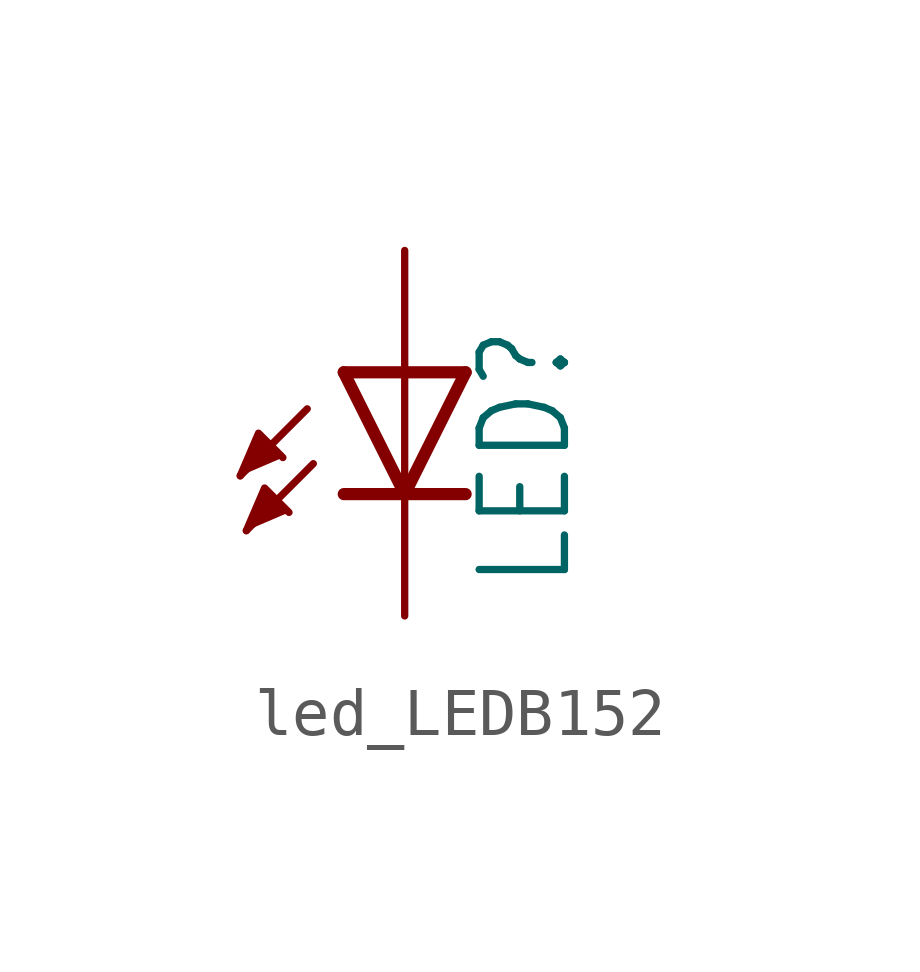
<source format=kicad_sym>
(kicad_symbol_lib
  (version 20231120)
  (generator "kicad_symbol_editor")
  (generator_version "8.0")
  (symbol "led_LEDB152"
    (property "Reference" "LED"
      (at 3.556 -4.572 90)
      (effects (font (size 1.778 1.511)) (justify left bottom)))
    (property "Value" ""
      (at 5.715 -4.572 90)
      (effects (font (size 1.778 1.511)) (justify left bottom)))
    (property "ki_locked" ""
      (at 0 0 0)
      (effects (font (size 1.27 1.27))))
    (symbol "led_LEDB152_1_0"
      (polyline (pts (xy -2.032 -0.762) (xy -3.429 -2.159)) (stroke (width 0.152) (type solid)) (fill (type none)))
      (polyline (pts (xy -1.905 -1.905) (xy -3.302 -3.302)) (stroke (width 0.152) (type solid)) (fill (type none)))
      (polyline (pts (xy 0 -2.54) (xy -1.27 -2.54)) (stroke (width 0.254) (type solid)) (fill (type none)))
      (polyline (pts (xy 0 -2.54) (xy -1.27 0)) (stroke (width 0.254) (type solid)) (fill (type none)))
      (polyline (pts (xy 0 0) (xy -1.27 0)) (stroke (width 0.254) (type solid)) (fill (type none)))
      (polyline (pts (xy 0 0) (xy 0 -2.54)) (stroke (width 0.152) (type solid)) (fill (type none)))
      (polyline (pts (xy 1.27 -2.54) (xy 0 -2.54)) (stroke (width 0.254) (type solid)) (fill (type none)))
      (polyline (pts (xy 1.27 0) (xy 0 -2.54)) (stroke (width 0.254) (type solid)) (fill (type none)))
      (polyline (pts (xy 1.27 0) (xy 0 0)) (stroke (width 0.254) (type solid)) (fill (type none)))
      (polyline (pts (xy -3.429 -2.159) (xy -3.048 -1.27) (xy -2.54 -1.778)) (stroke (width 0.152) (type solid)) (fill (type outline)))
      (polyline (pts (xy -3.302 -3.302) (xy -2.921 -2.413) (xy -2.413 -2.921)) (stroke (width 0.152) (type solid)) (fill (type outline)))
      (pin passive line (at 0 2.54 270) (length 2.54) (name "A" (effects (font (size 0 0)))) (number "A" (effects (font (size 0 0)))))
      (pin passive line (at 0 -5.08 90) (length 2.54) (name "C" (effects (font (size 0 0)))) (number "K" (effects (font (size 0 0))))))))
</source>
